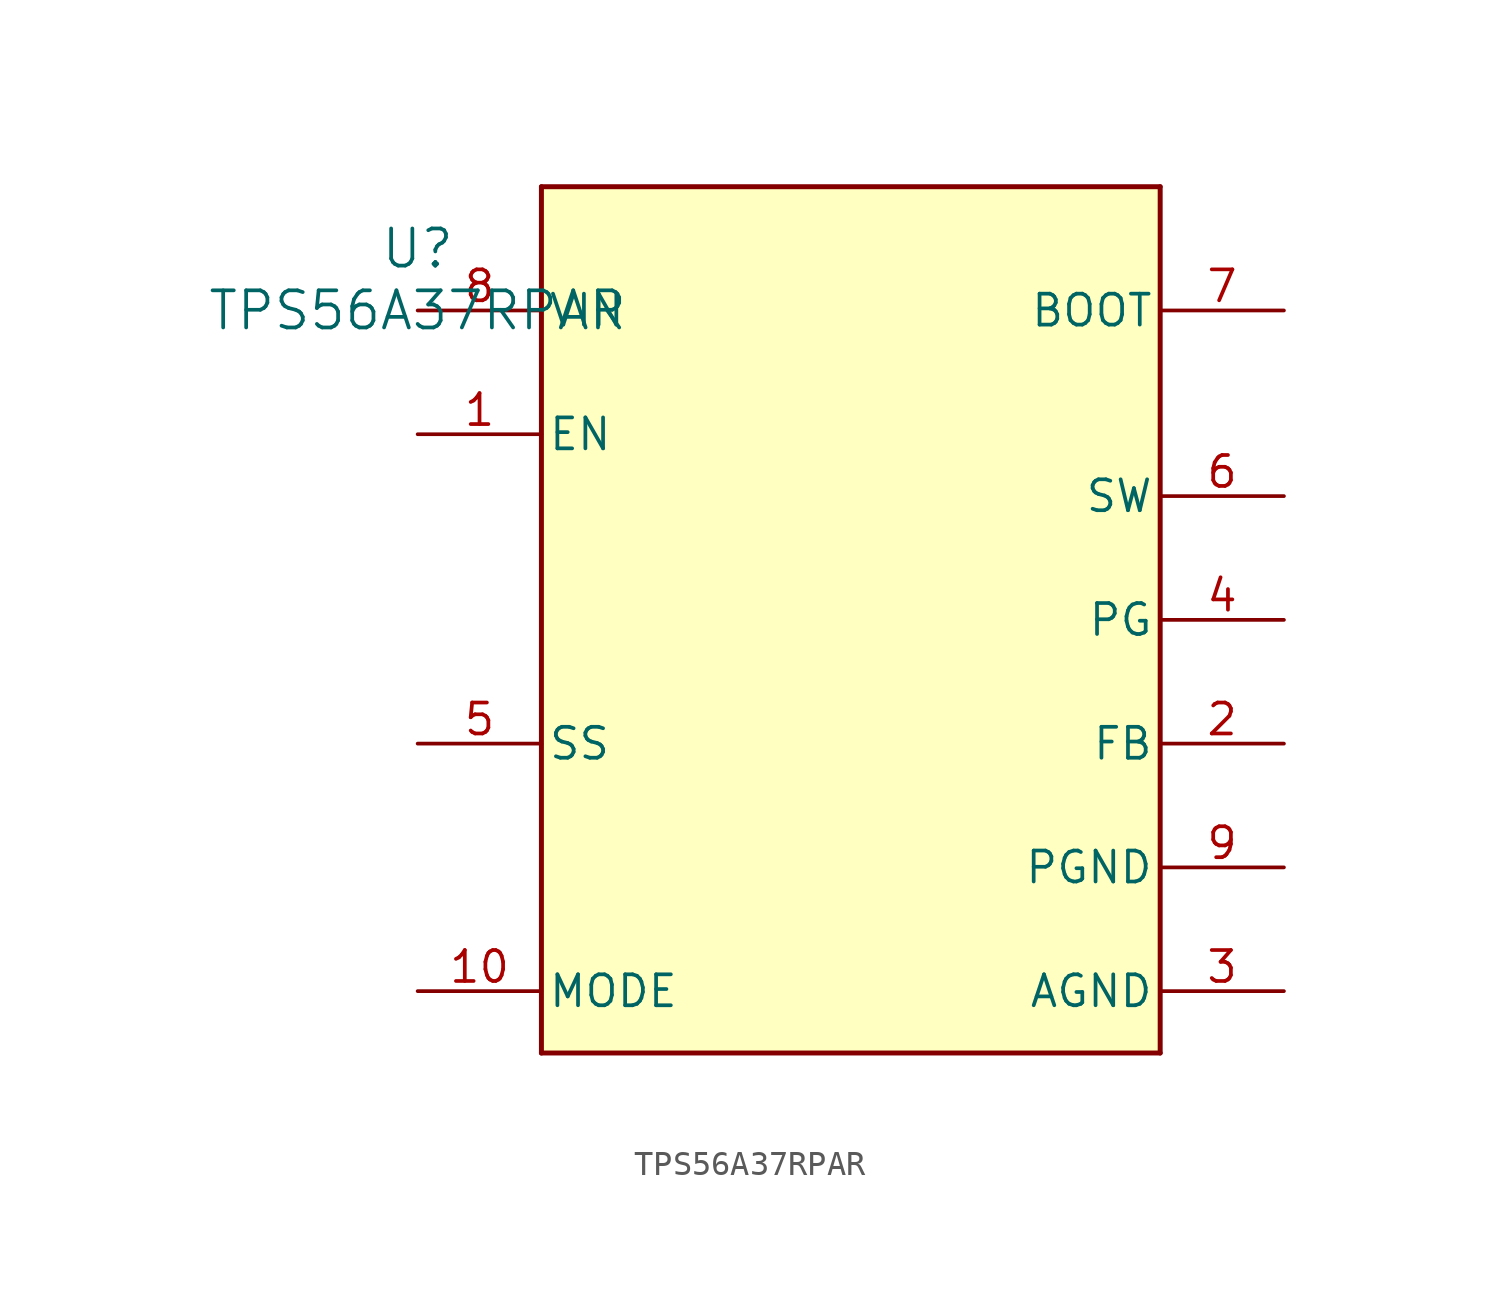
<source format=kicad_sym>
(kicad_symbol_lib
  (version 20241209)
  (generator "kicad_symbol_editor")
  (generator_version "9.0")
  (symbol "TPS56A37RPAR"
    (pin_names
      (offset 0.254))
    (property "Reference" "U"
      (at 0 2.54 0)
      (effects (font (size 1.524 1.524))))
    (property "Value" "TPS56A37RPAR"
      (at 0 0 0)
      (effects (font (size 1.524 1.524))))
    (property "ki_locked" ""
      (at 0 0 0)
      (effects (font (size 1.27 1.27))))
    (symbol "TPS56A37RPAR_0_1"
      (polyline (pts (xy 5.08 5.08) (xy 5.08 -30.48)) (stroke (width 0.203) (type default)) (fill (type none)))
      (polyline (pts (xy 5.08 -30.48) (xy 30.48 -30.48)) (stroke (width 0.203) (type default)) (fill (type none)))
      (polyline (pts (xy 30.48 5.08) (xy 5.08 5.08)) (stroke (width 0.203) (type default)) (fill (type none)))
      (polyline (pts (xy 30.48 -30.48) (xy 30.48 5.08)) (stroke (width 0.203) (type default)) (fill (type none)))
      (pin power_in line (at 0 0 0) (length 5.08) (name "VIN" (effects (font (size 1.27 1.27)))) (number "8" (effects (font (size 1.27 1.27)))))
      (pin input line (at 0 -5.08 0) (length 5.08) (name "EN" (effects (font (size 1.27 1.27)))) (number "1" (effects (font (size 1.27 1.27)))))
      (pin unspecified line (at 0 -17.78 0) (length 5.08) (name "SS" (effects (font (size 1.27 1.27)))) (number "5" (effects (font (size 1.27 1.27)))))
      (pin unspecified line (at 0 -27.94 0) (length 5.08) (name "MODE" (effects (font (size 1.27 1.27)))) (number "10" (effects (font (size 1.27 1.27)))))
      (pin unspecified line (at 35.56 0 180) (length 5.08) (name "BOOT" (effects (font (size 1.27 1.27)))) (number "7" (effects (font (size 1.27 1.27)))))
      (pin unspecified line (at 35.56 -7.62 180) (length 5.08) (name "SW" (effects (font (size 1.27 1.27)))) (number "6" (effects (font (size 1.27 1.27)))))
      (pin open_collector line (at 35.56 -12.7 180) (length 5.08) (name "PG" (effects (font (size 1.27 1.27)))) (number "4" (effects (font (size 1.27 1.27)))))
      (pin unspecified line (at 35.56 -17.78 180) (length 5.08) (name "FB" (effects (font (size 1.27 1.27)))) (number "2" (effects (font (size 1.27 1.27)))))
      (pin power_in line (at 35.56 -22.86 180) (length 5.08) (name "PGND" (effects (font (size 1.27 1.27)))) (number "9" (effects (font (size 1.27 1.27)))))
      (pin power_in line (at 35.56 -27.94 180) (length 5.08) (name "AGND" (effects (font (size 1.27 1.27)))) (number "3" (effects (font (size 1.27 1.27))))))
    (symbol "TPS56A37RPAR_1_1"
      (rectangle (start 5.08 5.08) (end 30.48 -30.48) (stroke (width 0) (type solid)) (fill (type color) (color 255 255 194 1))))))
</source>
